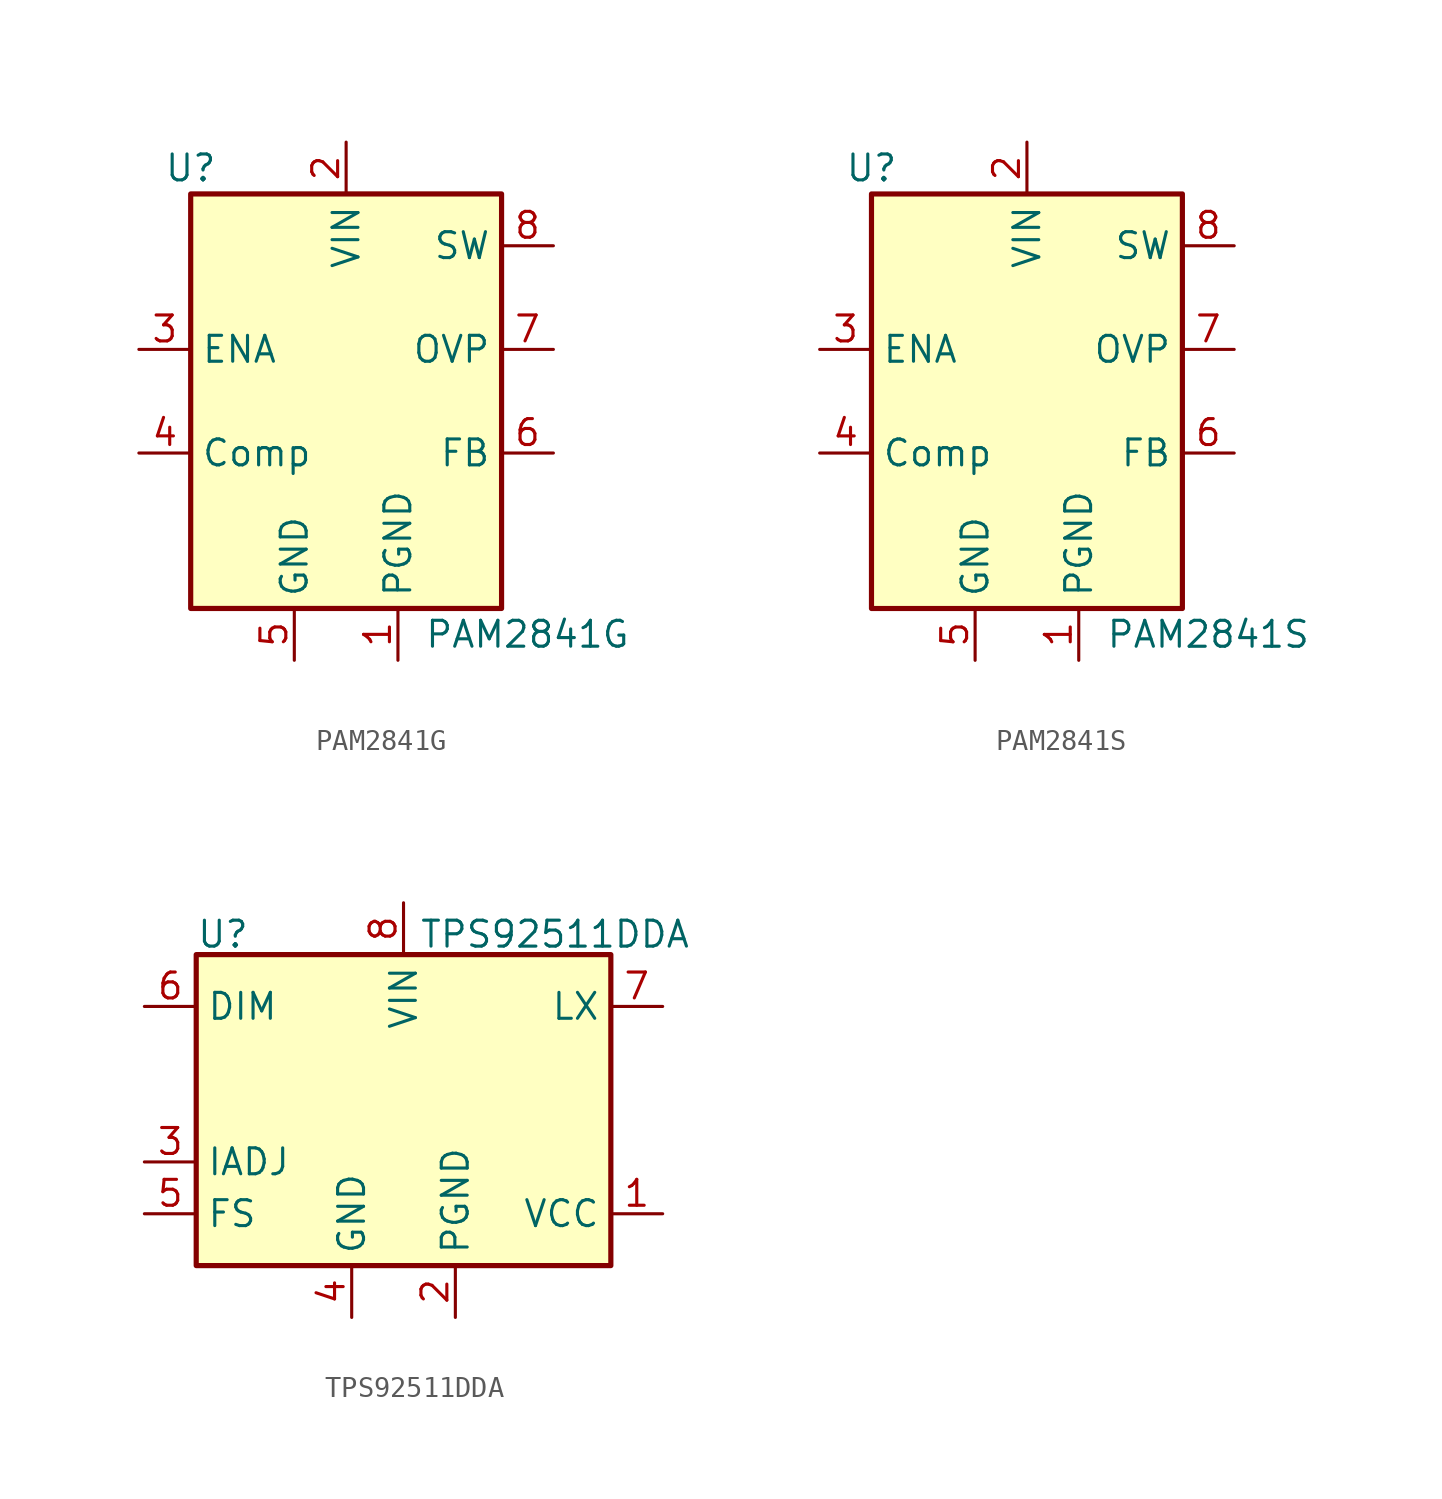
<source format=kicad_sym>
(kicad_symbol_lib
  (version 20241209)
  (generator "kicad_symbol_editor")
  (generator_version "9.0")
  (symbol "PAM2841G"
    (property "Reference" "U"
      (at -7.62 11.43 0)
      (effects (font (size 1.27 1.27))))
    (property "Value" "PAM2841G"
      (at 8.89 -11.43 0)
      (effects (font (size 1.27 1.27))))
    (symbol "PAM2841G_1_1"
      (rectangle (start -7.62 10.16) (end 7.62 -10.16) (stroke (width 0.254) (type default)) (fill (type background)))
      (pin input line (at -10.16 2.54 0) (length 2.54) (name "ENA" (effects (font (size 1.27 1.27)))) (number "3" (effects (font (size 1.27 1.27)))))
      (pin passive line (at -10.16 -2.54 0) (length 2.54) (name "Comp" (effects (font (size 1.27 1.27)))) (number "4" (effects (font (size 1.27 1.27)))))
      (pin power_in line (at -2.54 -12.7 90) (length 2.54) (name "GND" (effects (font (size 1.27 1.27)))) (number "5" (effects (font (size 1.27 1.27)))))
      (pin passive line (at -2.54 -12.7 90) (length 2.54) (hide yes) (name "GND" (effects (font (size 1.27 1.27)))) (number "9" (effects (font (size 1.27 1.27)))))
      (pin power_in line (at 0 12.7 270) (length 2.54) (name "VIN" (effects (font (size 1.27 1.27)))) (number "2" (effects (font (size 1.27 1.27)))))
      (pin power_in line (at 2.54 -12.7 90) (length 2.54) (name "PGND" (effects (font (size 1.27 1.27)))) (number "1" (effects (font (size 1.27 1.27)))))
      (pin power_out line (at 10.16 7.62 180) (length 2.54) (name "SW" (effects (font (size 1.27 1.27)))) (number "8" (effects (font (size 1.27 1.27)))))
      (pin input line (at 10.16 2.54 180) (length 2.54) (name "OVP" (effects (font (size 1.27 1.27)))) (number "7" (effects (font (size 1.27 1.27)))))
      (pin input line (at 10.16 -2.54 180) (length 2.54) (name "FB" (effects (font (size 1.27 1.27)))) (number "6" (effects (font (size 1.27 1.27)))))))
  (symbol "PAM2841S"
    (property "Reference" "U"
      (at -7.62 11.43 0)
      (effects (font (size 1.27 1.27))))
    (property "Value" "PAM2841S"
      (at 8.89 -11.43 0)
      (effects (font (size 1.27 1.27))))
    (symbol "PAM2841S_1_1"
      (rectangle (start -7.62 10.16) (end 7.62 -10.16) (stroke (width 0.254) (type default)) (fill (type background)))
      (pin input line (at -10.16 2.54 0) (length 2.54) (name "ENA" (effects (font (size 1.27 1.27)))) (number "3" (effects (font (size 1.27 1.27)))))
      (pin passive line (at -10.16 -2.54 0) (length 2.54) (name "Comp" (effects (font (size 1.27 1.27)))) (number "4" (effects (font (size 1.27 1.27)))))
      (pin power_in line (at -2.54 -12.7 90) (length 2.54) (name "GND" (effects (font (size 1.27 1.27)))) (number "5" (effects (font (size 1.27 1.27)))))
      (pin power_in line (at 0 12.7 270) (length 2.54) (name "VIN" (effects (font (size 1.27 1.27)))) (number "2" (effects (font (size 1.27 1.27)))))
      (pin power_in line (at 2.54 -12.7 90) (length 2.54) (name "PGND" (effects (font (size 1.27 1.27)))) (number "1" (effects (font (size 1.27 1.27)))))
      (pin power_out line (at 10.16 7.62 180) (length 2.54) (name "SW" (effects (font (size 1.27 1.27)))) (number "8" (effects (font (size 1.27 1.27)))))
      (pin input line (at 10.16 2.54 180) (length 2.54) (name "OVP" (effects (font (size 1.27 1.27)))) (number "7" (effects (font (size 1.27 1.27)))))
      (pin input line (at 10.16 -2.54 180) (length 2.54) (name "FB" (effects (font (size 1.27 1.27)))) (number "6" (effects (font (size 1.27 1.27)))))))
  (symbol "TPS92511DDA"
    (property "Reference" "U"
      (at -10.16 7.874 0)
      (effects (font (size 1.27 1.27)) (justify left bottom)))
    (property "Value" "TPS92511DDA"
      (at 0.762 7.874 0)
      (effects (font (size 1.27 1.27)) (justify left bottom)))
    (symbol "TPS92511DDA_1_0"
      (pin passive line (at -2.54 -10.16 90) (length 2.54) (hide yes) (name "GND" (effects (font (size 1.27 1.27)))) (number "9" (effects (font (size 1.27 1.27))))))
    (symbol "TPS92511DDA_1_1"
      (rectangle (start -10.16 7.62) (end 10.16 -7.62) (stroke (width 0.254) (type solid)) (fill (type background)))
      (pin input line (at -12.7 5.08 0) (length 2.54) (name "DIM" (effects (font (size 1.27 1.27)))) (number "6" (effects (font (size 1.27 1.27)))))
      (pin input line (at -12.7 -2.54 0) (length 2.54) (name "IADJ" (effects (font (size 1.27 1.27)))) (number "3" (effects (font (size 1.27 1.27)))))
      (pin input line (at -12.7 -5.08 0) (length 2.54) (name "FS" (effects (font (size 1.27 1.27)))) (number "5" (effects (font (size 1.27 1.27)))))
      (pin power_in line (at -2.54 -10.16 90) (length 2.54) (name "GND" (effects (font (size 1.27 1.27)))) (number "4" (effects (font (size 1.27 1.27)))))
      (pin power_in line (at 0 10.16 270) (length 2.54) (name "VIN" (effects (font (size 1.27 1.27)))) (number "8" (effects (font (size 1.27 1.27)))))
      (pin power_in line (at 2.54 -10.16 90) (length 2.54) (name "PGND" (effects (font (size 1.27 1.27)))) (number "2" (effects (font (size 1.27 1.27)))))
      (pin open_collector line (at 12.7 5.08 180) (length 2.54) (name "LX" (effects (font (size 1.27 1.27)))) (number "7" (effects (font (size 1.27 1.27)))))
      (pin power_out line (at 12.7 -5.08 180) (length 2.54) (name "VCC" (effects (font (size 1.27 1.27)))) (number "1" (effects (font (size 1.27 1.27))))))))
</source>
